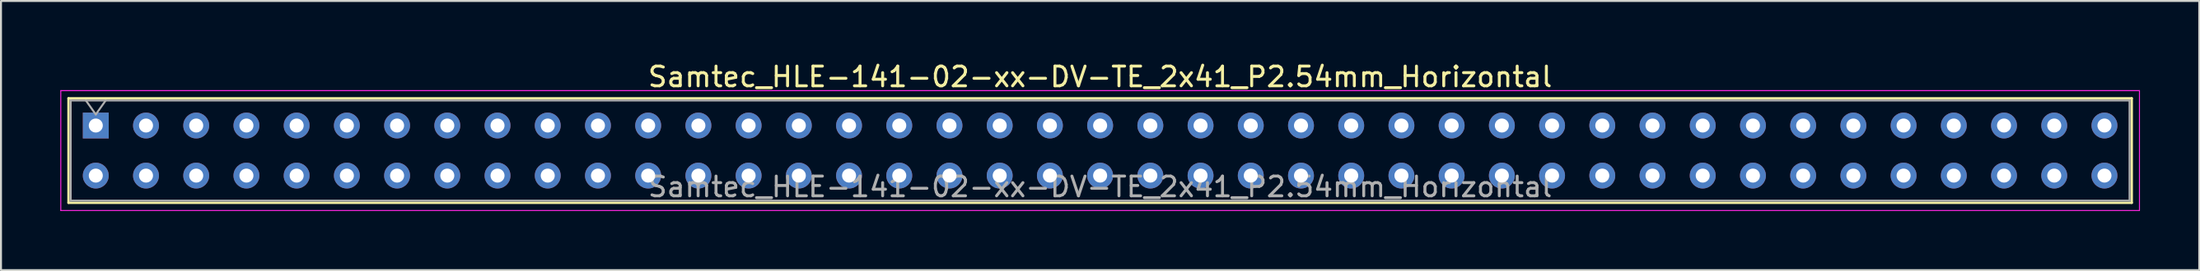
<source format=kicad_pcb>
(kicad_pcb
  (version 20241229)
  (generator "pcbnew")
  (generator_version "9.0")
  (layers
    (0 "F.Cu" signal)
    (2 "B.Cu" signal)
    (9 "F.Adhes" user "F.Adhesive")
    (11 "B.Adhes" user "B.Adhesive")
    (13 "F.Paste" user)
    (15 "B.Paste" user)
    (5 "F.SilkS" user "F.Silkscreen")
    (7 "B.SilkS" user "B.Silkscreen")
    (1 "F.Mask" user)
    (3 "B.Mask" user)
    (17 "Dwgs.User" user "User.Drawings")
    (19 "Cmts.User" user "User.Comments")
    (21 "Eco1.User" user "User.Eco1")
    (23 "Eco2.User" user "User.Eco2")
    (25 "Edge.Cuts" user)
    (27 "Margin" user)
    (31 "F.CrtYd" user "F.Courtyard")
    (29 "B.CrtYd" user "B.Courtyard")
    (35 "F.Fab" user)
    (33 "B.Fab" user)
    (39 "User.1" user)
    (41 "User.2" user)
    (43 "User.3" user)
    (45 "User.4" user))
  (footprint "Samtec_HLE-141-02-xx-DV-TE_2x41_P2.54mm_Horizontal"
    (layer "F.Cu")
    (at 1.795 3.318)
    (property "Reference" "Samtec_HLE-141-02-xx-DV-TE_2x41_P2.54mm_Horizontal" (at 50.8 -2.47 0) (layer "F.SilkS") (effects (font (size 1 1) (thickness 0.15))))
    (attr through_hole)
    (fp_line (start -1.38 -1.38) (end 102.98 -1.38) (stroke (width 0.12) (type solid)) (layer "F.SilkS"))
    (fp_line (start -1.38 3.92) (end -1.38 -1.38) (stroke (width 0.12) (type solid)) (layer "F.SilkS"))
    (fp_line (start 102.98 -1.38) (end 102.98 3.92) (stroke (width 0.12) (type solid)) (layer "F.SilkS"))
    (fp_line (start 102.98 3.92) (end -1.38 3.92) (stroke (width 0.12) (type solid)) (layer "F.SilkS"))
    (fp_line (start -1.77 -1.77) (end 103.37 -1.77) (stroke (width 0.05) (type solid)) (layer "F.CrtYd"))
    (fp_line (start -1.77 4.31) (end -1.77 -1.77) (stroke (width 0.05) (type solid)) (layer "F.CrtYd"))
    (fp_line (start 103.37 -1.77) (end 103.37 4.31) (stroke (width 0.05) (type solid)) (layer "F.CrtYd"))
    (fp_line (start 103.37 4.31) (end -1.77 4.31) (stroke (width 0.05) (type solid)) (layer "F.CrtYd"))
    (fp_line (start -1.27 -1.27) (end 102.87 -1.27) (stroke (width 0.1) (type solid)) (layer "F.Fab"))
    (fp_line (start -1.27 3.81) (end -1.27 -1.27) (stroke (width 0.1) (type solid)) (layer "F.Fab"))
    (fp_line (start -0.5 -1.27) (end 0 -0.563) (stroke (width 0.1) (type solid)) (layer "F.Fab"))
    (fp_line (start 0 -0.563) (end 0.5 -1.27) (stroke (width 0.1) (type solid)) (layer "F.Fab"))
    (fp_line (start 102.87 -1.27) (end 102.87 3.81) (stroke (width 0.1) (type solid)) (layer "F.Fab"))
    (fp_line (start 102.87 3.81) (end -1.27 3.81) (stroke (width 0.1) (type solid)) (layer "F.Fab"))
    (fp_text user "${REFERENCE}" (at 50.8 3.11 0) (layer "F.Fab") (effects (font (size 1 1) (thickness 0.15))))
    (pad "1" thru_hole rect (at 0 0) (size 1.31 1.31) (drill 0.71) (layers "*.Cu" "*.Mask"))
    (pad "2" thru_hole circle (at 0 2.54) (size 1.31 1.31) (drill 0.71) (layers "*.Cu" "*.Mask"))
    (pad "3" thru_hole circle (at 2.54 0) (size 1.31 1.31) (drill 0.71) (layers "*.Cu" "*.Mask"))
    (pad "4" thru_hole circle (at 2.54 2.54) (size 1.31 1.31) (drill 0.71) (layers "*.Cu" "*.Mask"))
    (pad "5" thru_hole circle (at 5.08 0) (size 1.31 1.31) (drill 0.71) (layers "*.Cu" "*.Mask"))
    (pad "6" thru_hole circle (at 5.08 2.54) (size 1.31 1.31) (drill 0.71) (layers "*.Cu" "*.Mask"))
    (pad "7" thru_hole circle (at 7.62 0) (size 1.31 1.31) (drill 0.71) (layers "*.Cu" "*.Mask"))
    (pad "8" thru_hole circle (at 7.62 2.54) (size 1.31 1.31) (drill 0.71) (layers "*.Cu" "*.Mask"))
    (pad "9" thru_hole circle (at 10.16 0) (size 1.31 1.31) (drill 0.71) (layers "*.Cu" "*.Mask"))
    (pad "10" thru_hole circle (at 10.16 2.54) (size 1.31 1.31) (drill 0.71) (layers "*.Cu" "*.Mask"))
    (pad "11" thru_hole circle (at 12.7 0) (size 1.31 1.31) (drill 0.71) (layers "*.Cu" "*.Mask"))
    (pad "12" thru_hole circle (at 12.7 2.54) (size 1.31 1.31) (drill 0.71) (layers "*.Cu" "*.Mask"))
    (pad "13" thru_hole circle (at 15.24 0) (size 1.31 1.31) (drill 0.71) (layers "*.Cu" "*.Mask"))
    (pad "14" thru_hole circle (at 15.24 2.54) (size 1.31 1.31) (drill 0.71) (layers "*.Cu" "*.Mask"))
    (pad "15" thru_hole circle (at 17.78 0) (size 1.31 1.31) (drill 0.71) (layers "*.Cu" "*.Mask"))
    (pad "16" thru_hole circle (at 17.78 2.54) (size 1.31 1.31) (drill 0.71) (layers "*.Cu" "*.Mask"))
    (pad "17" thru_hole circle (at 20.32 0) (size 1.31 1.31) (drill 0.71) (layers "*.Cu" "*.Mask"))
    (pad "18" thru_hole circle (at 20.32 2.54) (size 1.31 1.31) (drill 0.71) (layers "*.Cu" "*.Mask"))
    (pad "19" thru_hole circle (at 22.86 0) (size 1.31 1.31) (drill 0.71) (layers "*.Cu" "*.Mask"))
    (pad "20" thru_hole circle (at 22.86 2.54) (size 1.31 1.31) (drill 0.71) (layers "*.Cu" "*.Mask"))
    (pad "21" thru_hole circle (at 25.4 0) (size 1.31 1.31) (drill 0.71) (layers "*.Cu" "*.Mask"))
    (pad "22" thru_hole circle (at 25.4 2.54) (size 1.31 1.31) (drill 0.71) (layers "*.Cu" "*.Mask"))
    (pad "23" thru_hole circle (at 27.94 0) (size 1.31 1.31) (drill 0.71) (layers "*.Cu" "*.Mask"))
    (pad "24" thru_hole circle (at 27.94 2.54) (size 1.31 1.31) (drill 0.71) (layers "*.Cu" "*.Mask"))
    (pad "25" thru_hole circle (at 30.48 0) (size 1.31 1.31) (drill 0.71) (layers "*.Cu" "*.Mask"))
    (pad "26" thru_hole circle (at 30.48 2.54) (size 1.31 1.31) (drill 0.71) (layers "*.Cu" "*.Mask"))
    (pad "27" thru_hole circle (at 33.02 0) (size 1.31 1.31) (drill 0.71) (layers "*.Cu" "*.Mask"))
    (pad "28" thru_hole circle (at 33.02 2.54) (size 1.31 1.31) (drill 0.71) (layers "*.Cu" "*.Mask"))
    (pad "29" thru_hole circle (at 35.56 0) (size 1.31 1.31) (drill 0.71) (layers "*.Cu" "*.Mask"))
    (pad "30" thru_hole circle (at 35.56 2.54) (size 1.31 1.31) (drill 0.71) (layers "*.Cu" "*.Mask"))
    (pad "31" thru_hole circle (at 38.1 0) (size 1.31 1.31) (drill 0.71) (layers "*.Cu" "*.Mask"))
    (pad "32" thru_hole circle (at 38.1 2.54) (size 1.31 1.31) (drill 0.71) (layers "*.Cu" "*.Mask"))
    (pad "33" thru_hole circle (at 40.64 0) (size 1.31 1.31) (drill 0.71) (layers "*.Cu" "*.Mask"))
    (pad "34" thru_hole circle (at 40.64 2.54) (size 1.31 1.31) (drill 0.71) (layers "*.Cu" "*.Mask"))
    (pad "35" thru_hole circle (at 43.18 0) (size 1.31 1.31) (drill 0.71) (layers "*.Cu" "*.Mask"))
    (pad "36" thru_hole circle (at 43.18 2.54) (size 1.31 1.31) (drill 0.71) (layers "*.Cu" "*.Mask"))
    (pad "37" thru_hole circle (at 45.72 0) (size 1.31 1.31) (drill 0.71) (layers "*.Cu" "*.Mask"))
    (pad "38" thru_hole circle (at 45.72 2.54) (size 1.31 1.31) (drill 0.71) (layers "*.Cu" "*.Mask"))
    (pad "39" thru_hole circle (at 48.26 0) (size 1.31 1.31) (drill 0.71) (layers "*.Cu" "*.Mask"))
    (pad "40" thru_hole circle (at 48.26 2.54) (size 1.31 1.31) (drill 0.71) (layers "*.Cu" "*.Mask"))
    (pad "41" thru_hole circle (at 50.8 0) (size 1.31 1.31) (drill 0.71) (layers "*.Cu" "*.Mask"))
    (pad "42" thru_hole circle (at 50.8 2.54) (size 1.31 1.31) (drill 0.71) (layers "*.Cu" "*.Mask"))
    (pad "43" thru_hole circle (at 53.34 0) (size 1.31 1.31) (drill 0.71) (layers "*.Cu" "*.Mask"))
    (pad "44" thru_hole circle (at 53.34 2.54) (size 1.31 1.31) (drill 0.71) (layers "*.Cu" "*.Mask"))
    (pad "45" thru_hole circle (at 55.88 0) (size 1.31 1.31) (drill 0.71) (layers "*.Cu" "*.Mask"))
    (pad "46" thru_hole circle (at 55.88 2.54) (size 1.31 1.31) (drill 0.71) (layers "*.Cu" "*.Mask"))
    (pad "47" thru_hole circle (at 58.42 0) (size 1.31 1.31) (drill 0.71) (layers "*.Cu" "*.Mask"))
    (pad "48" thru_hole circle (at 58.42 2.54) (size 1.31 1.31) (drill 0.71) (layers "*.Cu" "*.Mask"))
    (pad "49" thru_hole circle (at 60.96 0) (size 1.31 1.31) (drill 0.71) (layers "*.Cu" "*.Mask"))
    (pad "50" thru_hole circle (at 60.96 2.54) (size 1.31 1.31) (drill 0.71) (layers "*.Cu" "*.Mask"))
    (pad "51" thru_hole circle (at 63.5 0) (size 1.31 1.31) (drill 0.71) (layers "*.Cu" "*.Mask"))
    (pad "52" thru_hole circle (at 63.5 2.54) (size 1.31 1.31) (drill 0.71) (layers "*.Cu" "*.Mask"))
    (pad "53" thru_hole circle (at 66.04 0) (size 1.31 1.31) (drill 0.71) (layers "*.Cu" "*.Mask"))
    (pad "54" thru_hole circle (at 66.04 2.54) (size 1.31 1.31) (drill 0.71) (layers "*.Cu" "*.Mask"))
    (pad "55" thru_hole circle (at 68.58 0) (size 1.31 1.31) (drill 0.71) (layers "*.Cu" "*.Mask"))
    (pad "56" thru_hole circle (at 68.58 2.54) (size 1.31 1.31) (drill 0.71) (layers "*.Cu" "*.Mask"))
    (pad "57" thru_hole circle (at 71.12 0) (size 1.31 1.31) (drill 0.71) (layers "*.Cu" "*.Mask"))
    (pad "58" thru_hole circle (at 71.12 2.54) (size 1.31 1.31) (drill 0.71) (layers "*.Cu" "*.Mask"))
    (pad "59" thru_hole circle (at 73.66 0) (size 1.31 1.31) (drill 0.71) (layers "*.Cu" "*.Mask"))
    (pad "60" thru_hole circle (at 73.66 2.54) (size 1.31 1.31) (drill 0.71) (layers "*.Cu" "*.Mask"))
    (pad "61" thru_hole circle (at 76.2 0) (size 1.31 1.31) (drill 0.71) (layers "*.Cu" "*.Mask"))
    (pad "62" thru_hole circle (at 76.2 2.54) (size 1.31 1.31) (drill 0.71) (layers "*.Cu" "*.Mask"))
    (pad "63" thru_hole circle (at 78.74 0) (size 1.31 1.31) (drill 0.71) (layers "*.Cu" "*.Mask"))
    (pad "64" thru_hole circle (at 78.74 2.54) (size 1.31 1.31) (drill 0.71) (layers "*.Cu" "*.Mask"))
    (pad "65" thru_hole circle (at 81.28 0) (size 1.31 1.31) (drill 0.71) (layers "*.Cu" "*.Mask"))
    (pad "66" thru_hole circle (at 81.28 2.54) (size 1.31 1.31) (drill 0.71) (layers "*.Cu" "*.Mask"))
    (pad "67" thru_hole circle (at 83.82 0) (size 1.31 1.31) (drill 0.71) (layers "*.Cu" "*.Mask"))
    (pad "68" thru_hole circle (at 83.82 2.54) (size 1.31 1.31) (drill 0.71) (layers "*.Cu" "*.Mask"))
    (pad "69" thru_hole circle (at 86.36 0) (size 1.31 1.31) (drill 0.71) (layers "*.Cu" "*.Mask"))
    (pad "70" thru_hole circle (at 86.36 2.54) (size 1.31 1.31) (drill 0.71) (layers "*.Cu" "*.Mask"))
    (pad "71" thru_hole circle (at 88.9 0) (size 1.31 1.31) (drill 0.71) (layers "*.Cu" "*.Mask"))
    (pad "72" thru_hole circle (at 88.9 2.54) (size 1.31 1.31) (drill 0.71) (layers "*.Cu" "*.Mask"))
    (pad "73" thru_hole circle (at 91.44 0) (size 1.31 1.31) (drill 0.71) (layers "*.Cu" "*.Mask"))
    (pad "74" thru_hole circle (at 91.44 2.54) (size 1.31 1.31) (drill 0.71) (layers "*.Cu" "*.Mask"))
    (pad "75" thru_hole circle (at 93.98 0) (size 1.31 1.31) (drill 0.71) (layers "*.Cu" "*.Mask"))
    (pad "76" thru_hole circle (at 93.98 2.54) (size 1.31 1.31) (drill 0.71) (layers "*.Cu" "*.Mask"))
    (pad "77" thru_hole circle (at 96.52 0) (size 1.31 1.31) (drill 0.71) (layers "*.Cu" "*.Mask"))
    (pad "78" thru_hole circle (at 96.52 2.54) (size 1.31 1.31) (drill 0.71) (layers "*.Cu" "*.Mask"))
    (pad "79" thru_hole circle (at 99.06 0) (size 1.31 1.31) (drill 0.71) (layers "*.Cu" "*.Mask"))
    (pad "80" thru_hole circle (at 99.06 2.54) (size 1.31 1.31) (drill 0.71) (layers "*.Cu" "*.Mask"))
    (pad "81" thru_hole circle (at 101.6 0) (size 1.31 1.31) (drill 0.71) (layers "*.Cu" "*.Mask"))
    (pad "82" thru_hole circle (at 101.6 2.54) (size 1.31 1.31) (drill 0.71) (layers "*.Cu" "*.Mask")))
  (gr_rect
    (start -3 -3)
    (end 108.19 10.653)
    (stroke (width 0.1) (type default))
    (fill no)
    (layer "Edge.Cuts")))
</source>
